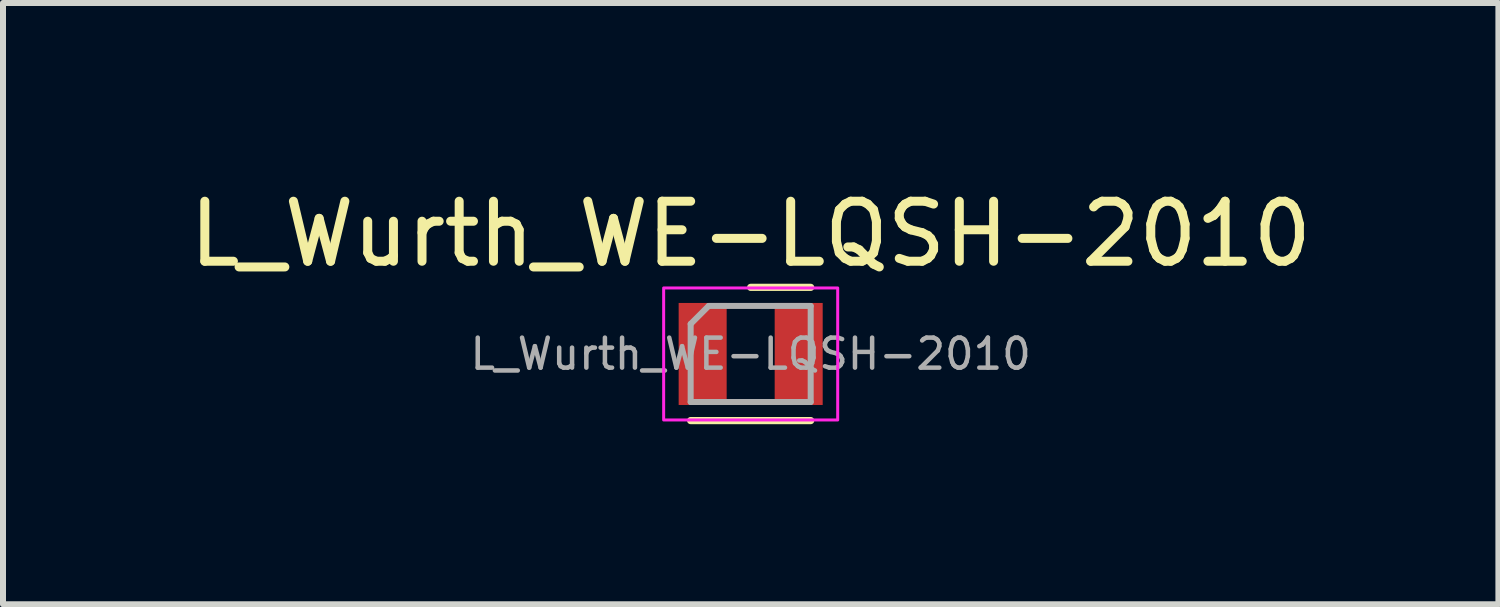
<source format=kicad_pcb>
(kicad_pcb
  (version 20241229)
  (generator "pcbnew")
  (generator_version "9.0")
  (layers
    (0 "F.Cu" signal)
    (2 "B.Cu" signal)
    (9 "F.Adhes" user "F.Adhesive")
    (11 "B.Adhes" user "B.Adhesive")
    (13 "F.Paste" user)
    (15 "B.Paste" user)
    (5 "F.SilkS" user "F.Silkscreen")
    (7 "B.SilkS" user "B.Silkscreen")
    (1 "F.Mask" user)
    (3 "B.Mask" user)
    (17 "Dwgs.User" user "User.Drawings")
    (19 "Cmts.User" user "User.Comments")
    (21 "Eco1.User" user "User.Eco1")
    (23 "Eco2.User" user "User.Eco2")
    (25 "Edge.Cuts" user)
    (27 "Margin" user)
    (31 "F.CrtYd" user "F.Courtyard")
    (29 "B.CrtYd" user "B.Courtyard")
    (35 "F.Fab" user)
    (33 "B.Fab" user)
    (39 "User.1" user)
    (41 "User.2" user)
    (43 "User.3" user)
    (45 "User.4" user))
  (footprint "L_Wurth_WE-LQSH-2010"
    (layer "F.Cu")
    (at 9.458 2.848)
    (property "Reference" "L_Wurth_WE-LQSH-2010" (at 0 -2 0) (unlocked yes) (layer "F.SilkS") (effects (font (size 1 1) (thickness 0.15))))
    (attr smd)
    (fp_line (start -1 1.11) (end 1 1.11) (stroke (width 0.12) (type solid)) (layer "F.SilkS"))
    (fp_line (start 0 -1.11) (end 1 -1.11) (stroke (width 0.12) (type solid)) (layer "F.SilkS"))
    (fp_rect (start -1.45 -1.1) (end 1.45 1.1) (stroke (width 0.05) (type solid)) (fill no) (layer "F.CrtYd"))
    (fp_line (start -1 -0.5) (end -1 0.8) (stroke (width 0.1) (type solid)) (layer "F.Fab"))
    (fp_line (start -1 0.8) (end 1 0.8) (stroke (width 0.1) (type solid)) (layer "F.Fab"))
    (fp_line (start -0.7 -0.8) (end -1 -0.5) (stroke (width 0.1) (type solid)) (layer "F.Fab"))
    (fp_line (start -0.7 -0.8) (end 1 -0.8) (stroke (width 0.1) (type solid)) (layer "F.Fab"))
    (fp_line (start 1 -0.8) (end 1 0.8) (stroke (width 0.1) (type solid)) (layer "F.Fab"))
    (fp_text user "${REFERENCE}" (at 0 0 0) (unlocked yes) (layer "F.Fab") (effects (font (size 0.5 0.5) (thickness 0.075))))
    (pad "1" smd rect (at -0.8 0) (size 0.8 1.7) (layers "F.Cu" "F.Mask" "F.Paste"))
    (pad "2" smd rect (at 0.8 0) (size 0.8 1.7) (layers "F.Cu" "F.Mask" "F.Paste")))
  (gr_rect
    (start -3 -3)
    (end 21.917 7.018)
    (stroke (width 0.1) (type default))
    (fill no)
    (layer "Edge.Cuts")))
</source>
